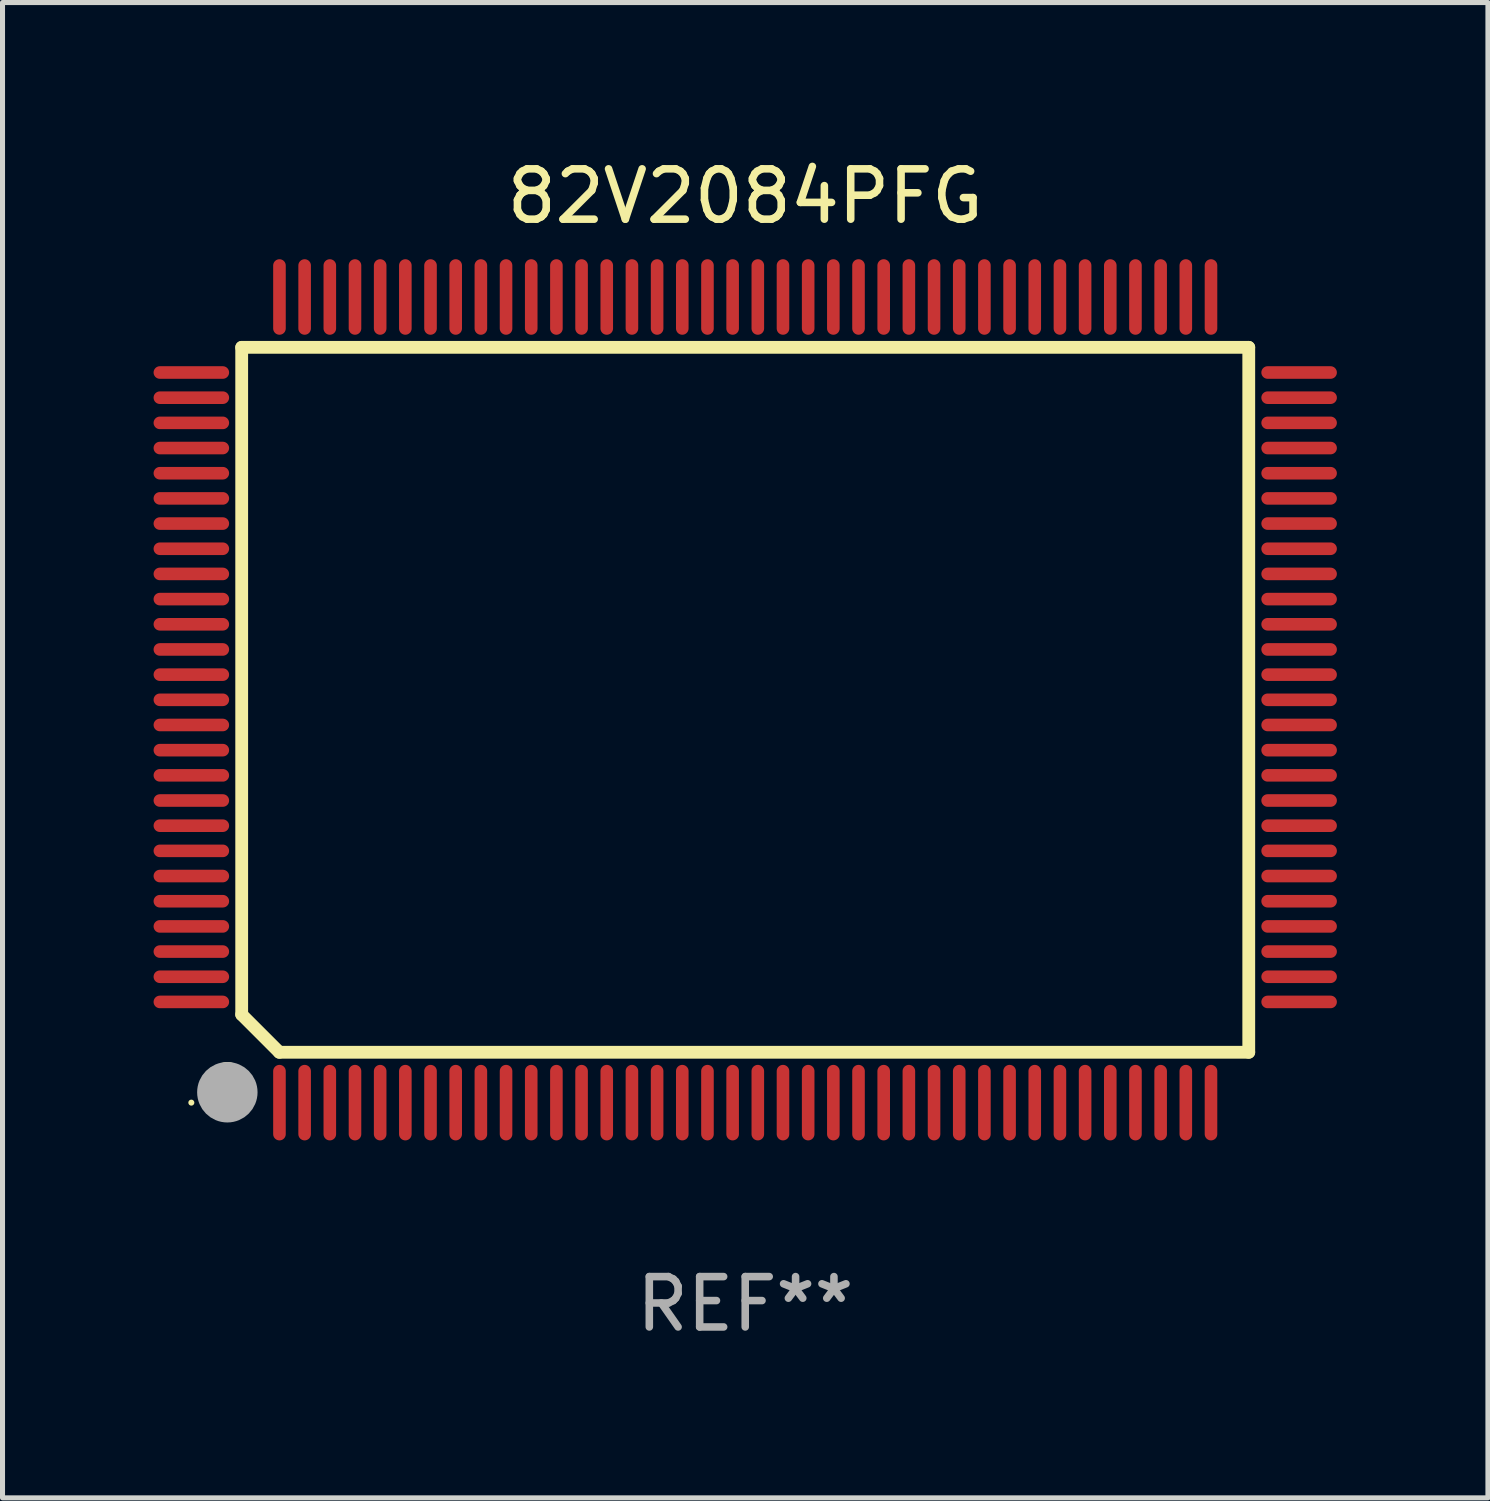
<source format=kicad_pcb>
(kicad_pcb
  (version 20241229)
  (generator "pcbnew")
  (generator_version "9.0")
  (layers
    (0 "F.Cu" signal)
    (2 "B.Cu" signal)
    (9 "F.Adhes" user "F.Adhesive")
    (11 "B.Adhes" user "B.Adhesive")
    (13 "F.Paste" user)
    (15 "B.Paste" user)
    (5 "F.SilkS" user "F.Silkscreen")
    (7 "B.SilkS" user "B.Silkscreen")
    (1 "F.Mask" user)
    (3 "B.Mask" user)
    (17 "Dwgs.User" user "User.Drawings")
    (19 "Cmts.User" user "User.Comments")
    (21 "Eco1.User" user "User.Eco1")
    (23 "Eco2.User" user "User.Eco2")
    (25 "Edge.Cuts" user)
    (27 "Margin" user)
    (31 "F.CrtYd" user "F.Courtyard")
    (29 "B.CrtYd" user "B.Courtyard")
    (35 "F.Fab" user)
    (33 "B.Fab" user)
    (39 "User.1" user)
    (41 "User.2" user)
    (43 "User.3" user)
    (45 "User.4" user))
  (footprint "82V2084PFG"
    (layer "F.Cu")
    (at 11.75 10.848)
    (property "Reference" "82V2084PFG" (at 0 -10 0) (layer "F.SilkS") (effects (font (size 1 1) (thickness 0.15))))
    (attr through_hole)
    (fp_line (start -10 -7) (end -10 6.25) (stroke (width 0.254) (type solid)) (layer "F.SilkS"))
    (fp_line (start -10 -7) (end 10 -7) (stroke (width 0.254) (type solid)) (layer "F.SilkS"))
    (fp_line (start -9.252 7) (end -10 6.252) (stroke (width 0.254) (type solid)) (layer "F.SilkS"))
    (fp_line (start 10 -7) (end 10 7) (stroke (width 0.254) (type solid)) (layer "F.SilkS"))
    (fp_line (start 10 7) (end -9.252 7) (stroke (width 0.254) (type solid)) (layer "F.SilkS"))
    (fp_arc (start -10.287021 7.493015) (mid -10.284481 7.493004) (end -10.281941 7.493015) (stroke (width 0.6) (type solid)) (layer "F.SilkS"))
    (fp_circle (center -11 8) (end -10.97 8) (stroke (width 0.06) (type solid)) (fill no) (layer "F.SilkS"))
    (fp_circle (center -10.285 7.794) (end -9.985 7.794) (stroke (width 0.6) (type solid)) (fill no) (layer "F.Fab"))
    (fp_text user "REF**" (at 0 12 0) (layer "F.Fab") (effects (font (size 1 1) (thickness 0.15))))
    (pad "1" smd oval (at -9.25 8) (size 0.25 1.5) (layers "F.Cu" "F.Mask" "F.Paste"))
    (pad "2" smd oval (at -8.75 8) (size 0.25 1.5) (layers "F.Cu" "F.Mask" "F.Paste"))
    (pad "3" smd oval (at -8.25 8) (size 0.25 1.5) (layers "F.Cu" "F.Mask" "F.Paste"))
    (pad "4" smd oval (at -7.75 8) (size 0.25 1.5) (layers "F.Cu" "F.Mask" "F.Paste"))
    (pad "5" smd oval (at -7.25 8) (size 0.25 1.5) (layers "F.Cu" "F.Mask" "F.Paste"))
    (pad "6" smd oval (at -6.75 8) (size 0.25 1.5) (layers "F.Cu" "F.Mask" "F.Paste"))
    (pad "7" smd oval (at -6.25 8) (size 0.25 1.5) (layers "F.Cu" "F.Mask" "F.Paste"))
    (pad "8" smd oval (at -5.75 8) (size 0.25 1.5) (layers "F.Cu" "F.Mask" "F.Paste"))
    (pad "9" smd oval (at -5.25 8) (size 0.25 1.5) (layers "F.Cu" "F.Mask" "F.Paste"))
    (pad "10" smd oval (at -4.75 8) (size 0.25 1.5) (layers "F.Cu" "F.Mask" "F.Paste"))
    (pad "11" smd oval (at -4.25 8) (size 0.25 1.5) (layers "F.Cu" "F.Mask" "F.Paste"))
    (pad "12" smd oval (at -3.75 8) (size 0.25 1.5) (layers "F.Cu" "F.Mask" "F.Paste"))
    (pad "13" smd oval (at -3.25 8) (size 0.25 1.5) (layers "F.Cu" "F.Mask" "F.Paste"))
    (pad "14" smd oval (at -2.75 8) (size 0.25 1.5) (layers "F.Cu" "F.Mask" "F.Paste"))
    (pad "15" smd oval (at -2.25 8) (size 0.25 1.5) (layers "F.Cu" "F.Mask" "F.Paste"))
    (pad "16" smd oval (at -1.75 8) (size 0.25 1.5) (layers "F.Cu" "F.Mask" "F.Paste"))
    (pad "17" smd oval (at -1.25 8) (size 0.25 1.5) (layers "F.Cu" "F.Mask" "F.Paste"))
    (pad "18" smd oval (at -0.75 8) (size 0.25 1.5) (layers "F.Cu" "F.Mask" "F.Paste"))
    (pad "19" smd oval (at -0.25 8) (size 0.25 1.5) (layers "F.Cu" "F.Mask" "F.Paste"))
    (pad "20" smd oval (at 0.25 8) (size 0.25 1.5) (layers "F.Cu" "F.Mask" "F.Paste"))
    (pad "21" smd oval (at 0.75 8) (size 0.25 1.5) (layers "F.Cu" "F.Mask" "F.Paste"))
    (pad "22" smd oval (at 1.25 8) (size 0.25 1.5) (layers "F.Cu" "F.Mask" "F.Paste"))
    (pad "23" smd oval (at 1.75 8) (size 0.25 1.5) (layers "F.Cu" "F.Mask" "F.Paste"))
    (pad "24" smd oval (at 2.25 8) (size 0.25 1.5) (layers "F.Cu" "F.Mask" "F.Paste"))
    (pad "25" smd oval (at 2.75 8) (size 0.25 1.5) (layers "F.Cu" "F.Mask" "F.Paste"))
    (pad "26" smd oval (at 3.25 8) (size 0.25 1.5) (layers "F.Cu" "F.Mask" "F.Paste"))
    (pad "27" smd oval (at 3.75 8) (size 0.25 1.5) (layers "F.Cu" "F.Mask" "F.Paste"))
    (pad "28" smd oval (at 4.25 8) (size 0.25 1.5) (layers "F.Cu" "F.Mask" "F.Paste"))
    (pad "29" smd oval (at 4.75 8) (size 0.25 1.5) (layers "F.Cu" "F.Mask" "F.Paste"))
    (pad "30" smd oval (at 5.25 8) (size 0.25 1.5) (layers "F.Cu" "F.Mask" "F.Paste"))
    (pad "31" smd oval (at 5.75 8) (size 0.25 1.5) (layers "F.Cu" "F.Mask" "F.Paste"))
    (pad "32" smd oval (at 6.25 8) (size 0.25 1.5) (layers "F.Cu" "F.Mask" "F.Paste"))
    (pad "33" smd oval (at 6.75 8 180) (size 0.25 1.5) (layers "F.Cu" "F.Mask" "F.Paste"))
    (pad "34" smd oval (at 7.25 8 180) (size 0.25 1.5) (layers "F.Cu" "F.Mask" "F.Paste"))
    (pad "35" smd oval (at 7.75 8 180) (size 0.25 1.5) (layers "F.Cu" "F.Mask" "F.Paste"))
    (pad "36" smd oval (at 8.25 8 180) (size 0.25 1.5) (layers "F.Cu" "F.Mask" "F.Paste"))
    (pad "37" smd oval (at 8.75 8 180) (size 0.25 1.5) (layers "F.Cu" "F.Mask" "F.Paste"))
    (pad "38" smd oval (at 9.25 8 180) (size 0.25 1.5) (layers "F.Cu" "F.Mask" "F.Paste"))
    (pad "39" smd oval (at 11 6 270) (size 0.25 1.5) (layers "F.Cu" "F.Mask" "F.Paste"))
    (pad "40" smd oval (at 11 5.5 270) (size 0.25 1.5) (layers "F.Cu" "F.Mask" "F.Paste"))
    (pad "41" smd oval (at 11 5 270) (size 0.25 1.5) (layers "F.Cu" "F.Mask" "F.Paste"))
    (pad "42" smd oval (at 11 4.5 270) (size 0.25 1.5) (layers "F.Cu" "F.Mask" "F.Paste"))
    (pad "43" smd oval (at 11 4 270) (size 0.25 1.5) (layers "F.Cu" "F.Mask" "F.Paste"))
    (pad "44" smd oval (at 11 3.5 270) (size 0.25 1.5) (layers "F.Cu" "F.Mask" "F.Paste"))
    (pad "45" smd oval (at 11 3 270) (size 0.25 1.5) (layers "F.Cu" "F.Mask" "F.Paste"))
    (pad "46" smd oval (at 11 2.5 270) (size 0.25 1.5) (layers "F.Cu" "F.Mask" "F.Paste"))
    (pad "47" smd oval (at 11 2 270) (size 0.25 1.5) (layers "F.Cu" "F.Mask" "F.Paste"))
    (pad "48" smd oval (at 11 1.5 270) (size 0.25 1.5) (layers "F.Cu" "F.Mask" "F.Paste"))
    (pad "49" smd oval (at 11 1 270) (size 0.25 1.5) (layers "F.Cu" "F.Mask" "F.Paste"))
    (pad "50" smd oval (at 11 0.5 270) (size 0.25 1.5) (layers "F.Cu" "F.Mask" "F.Paste"))
    (pad "51" smd oval (at 11 0 270) (size 0.25 1.5) (layers "F.Cu" "F.Mask" "F.Paste"))
    (pad "52" smd oval (at 11 -0.5 270) (size 0.25 1.5) (layers "F.Cu" "F.Mask" "F.Paste"))
    (pad "53" smd oval (at 11 -1 270) (size 0.25 1.5) (layers "F.Cu" "F.Mask" "F.Paste"))
    (pad "54" smd oval (at 11 -1.5 270) (size 0.25 1.5) (layers "F.Cu" "F.Mask" "F.Paste"))
    (pad "55" smd oval (at 11 -2 270) (size 0.25 1.5) (layers "F.Cu" "F.Mask" "F.Paste"))
    (pad "56" smd oval (at 11 -2.5 270) (size 0.25 1.5) (layers "F.Cu" "F.Mask" "F.Paste"))
    (pad "57" smd oval (at 11 -3 270) (size 0.25 1.5) (layers "F.Cu" "F.Mask" "F.Paste"))
    (pad "58" smd oval (at 11 -3.5 270) (size 0.25 1.5) (layers "F.Cu" "F.Mask" "F.Paste"))
    (pad "59" smd oval (at 11 -4 270) (size 0.25 1.5) (layers "F.Cu" "F.Mask" "F.Paste"))
    (pad "60" smd oval (at 11 -4.5 270) (size 0.25 1.5) (layers "F.Cu" "F.Mask" "F.Paste"))
    (pad "61" smd oval (at 11 -5 270) (size 0.25 1.5) (layers "F.Cu" "F.Mask" "F.Paste"))
    (pad "62" smd oval (at 11 -5.5 270) (size 0.25 1.5) (layers "F.Cu" "F.Mask" "F.Paste"))
    (pad "63" smd oval (at 11 -6 270) (size 0.25 1.5) (layers "F.Cu" "F.Mask" "F.Paste"))
    (pad "64" smd oval (at 11 -6.5 270) (size 0.25 1.5) (layers "F.Cu" "F.Mask" "F.Paste"))
    (pad "65" smd oval (at 9.25 -8 180) (size 0.25 1.5) (layers "F.Cu" "F.Mask" "F.Paste"))
    (pad "66" smd oval (at 8.75 -8 180) (size 0.25 1.5) (layers "F.Cu" "F.Mask" "F.Paste"))
    (pad "67" smd oval (at 8.25 -8 180) (size 0.25 1.5) (layers "F.Cu" "F.Mask" "F.Paste"))
    (pad "68" smd oval (at 7.75 -8 180) (size 0.25 1.5) (layers "F.Cu" "F.Mask" "F.Paste"))
    (pad "69" smd oval (at 7.25 -8 180) (size 0.25 1.5) (layers "F.Cu" "F.Mask" "F.Paste"))
    (pad "70" smd oval (at 6.75 -8 180) (size 0.25 1.5) (layers "F.Cu" "F.Mask" "F.Paste"))
    (pad "71" smd oval (at 6.25 -8 180) (size 0.25 1.5) (layers "F.Cu" "F.Mask" "F.Paste"))
    (pad "72" smd oval (at 5.75 -8 180) (size 0.25 1.5) (layers "F.Cu" "F.Mask" "F.Paste"))
    (pad "73" smd oval (at 5.25 -8 180) (size 0.25 1.5) (layers "F.Cu" "F.Mask" "F.Paste"))
    (pad "74" smd oval (at 4.75 -8 180) (size 0.25 1.5) (layers "F.Cu" "F.Mask" "F.Paste"))
    (pad "75" smd oval (at 4.25 -8 180) (size 0.25 1.5) (layers "F.Cu" "F.Mask" "F.Paste"))
    (pad "76" smd oval (at 3.75 -8 180) (size 0.25 1.5) (layers "F.Cu" "F.Mask" "F.Paste"))
    (pad "77" smd oval (at 3.25 -8 180) (size 0.25 1.5) (layers "F.Cu" "F.Mask" "F.Paste"))
    (pad "78" smd oval (at 2.75 -8 180) (size 0.25 1.5) (layers "F.Cu" "F.Mask" "F.Paste"))
    (pad "79" smd oval (at 2.25 -8 180) (size 0.25 1.5) (layers "F.Cu" "F.Mask" "F.Paste"))
    (pad "80" smd oval (at 1.75 -8 180) (size 0.25 1.5) (layers "F.Cu" "F.Mask" "F.Paste"))
    (pad "81" smd oval (at 1.25 -8 180) (size 0.25 1.5) (layers "F.Cu" "F.Mask" "F.Paste"))
    (pad "82" smd oval (at 0.75 -8 180) (size 0.25 1.5) (layers "F.Cu" "F.Mask" "F.Paste"))
    (pad "83" smd oval (at 0.25 -8 180) (size 0.25 1.5) (layers "F.Cu" "F.Mask" "F.Paste"))
    (pad "84" smd oval (at -0.25 -8 180) (size 0.25 1.5) (layers "F.Cu" "F.Mask" "F.Paste"))
    (pad "85" smd oval (at -0.75 -8 180) (size 0.25 1.5) (layers "F.Cu" "F.Mask" "F.Paste"))
    (pad "86" smd oval (at -1.25 -8 180) (size 0.25 1.5) (layers "F.Cu" "F.Mask" "F.Paste"))
    (pad "87" smd oval (at -1.75 -8 180) (size 0.25 1.5) (layers "F.Cu" "F.Mask" "F.Paste"))
    (pad "88" smd oval (at -2.25 -8 180) (size 0.25 1.5) (layers "F.Cu" "F.Mask" "F.Paste"))
    (pad "89" smd oval (at -2.75 -8 180) (size 0.25 1.5) (layers "F.Cu" "F.Mask" "F.Paste"))
    (pad "90" smd oval (at -3.25 -8 180) (size 0.25 1.5) (layers "F.Cu" "F.Mask" "F.Paste"))
    (pad "91" smd oval (at -3.75 -8 180) (size 0.25 1.5) (layers "F.Cu" "F.Mask" "F.Paste"))
    (pad "92" smd oval (at -4.25 -8 180) (size 0.25 1.5) (layers "F.Cu" "F.Mask" "F.Paste"))
    (pad "93" smd oval (at -4.75 -8 180) (size 0.25 1.5) (layers "F.Cu" "F.Mask" "F.Paste"))
    (pad "94" smd oval (at -5.25 -8 180) (size 0.25 1.5) (layers "F.Cu" "F.Mask" "F.Paste"))
    (pad "95" smd oval (at -5.75 -8 180) (size 0.25 1.5) (layers "F.Cu" "F.Mask" "F.Paste"))
    (pad "96" smd oval (at -6.25 -8 180) (size 0.25 1.5) (layers "F.Cu" "F.Mask" "F.Paste"))
    (pad "97" smd oval (at -6.75 -8 180) (size 0.25 1.5) (layers "F.Cu" "F.Mask" "F.Paste"))
    (pad "98" smd oval (at -7.25 -8 180) (size 0.25 1.5) (layers "F.Cu" "F.Mask" "F.Paste"))
    (pad "99" smd oval (at -7.75 -8 180) (size 0.25 1.5) (layers "F.Cu" "F.Mask" "F.Paste"))
    (pad "100" smd oval (at -8.25 -8 180) (size 0.25 1.5) (layers "F.Cu" "F.Mask" "F.Paste"))
    (pad "101" smd oval (at -8.75 -8 180) (size 0.25 1.5) (layers "F.Cu" "F.Mask" "F.Paste"))
    (pad "102" smd oval (at -9.25 -8) (size 0.25 1.5) (layers "F.Cu" "F.Mask" "F.Paste"))
    (pad "103" smd oval (at -11 -6.5 270) (size 0.25 1.5) (layers "F.Cu" "F.Mask" "F.Paste"))
    (pad "104" smd oval (at -11 -6 270) (size 0.25 1.5) (layers "F.Cu" "F.Mask" "F.Paste"))
    (pad "105" smd oval (at -11 -5.5 270) (size 0.25 1.5) (layers "F.Cu" "F.Mask" "F.Paste"))
    (pad "106" smd oval (at -11 -5 270) (size 0.25 1.5) (layers "F.Cu" "F.Mask" "F.Paste"))
    (pad "107" smd oval (at -11 -4.5 270) (size 0.25 1.5) (layers "F.Cu" "F.Mask" "F.Paste"))
    (pad "108" smd oval (at -11 -4 270) (size 0.25 1.5) (layers "F.Cu" "F.Mask" "F.Paste"))
    (pad "109" smd oval (at -11 -3.5 270) (size 0.25 1.5) (layers "F.Cu" "F.Mask" "F.Paste"))
    (pad "110" smd oval (at -11 -3 270) (size 0.25 1.5) (layers "F.Cu" "F.Mask" "F.Paste"))
    (pad "111" smd oval (at -11 -2.5 270) (size 0.25 1.5) (layers "F.Cu" "F.Mask" "F.Paste"))
    (pad "112" smd oval (at -11 -2 270) (size 0.25 1.5) (layers "F.Cu" "F.Mask" "F.Paste"))
    (pad "113" smd oval (at -11 -1.5 270) (size 0.25 1.5) (layers "F.Cu" "F.Mask" "F.Paste"))
    (pad "114" smd oval (at -11 -1 270) (size 0.25 1.5) (layers "F.Cu" "F.Mask" "F.Paste"))
    (pad "115" smd oval (at -11 -0.5 270) (size 0.25 1.5) (layers "F.Cu" "F.Mask" "F.Paste"))
    (pad "116" smd oval (at -11 0 270) (size 0.25 1.5) (layers "F.Cu" "F.Mask" "F.Paste"))
    (pad "117" smd oval (at -11 0.5 270) (size 0.25 1.5) (layers "F.Cu" "F.Mask" "F.Paste"))
    (pad "118" smd oval (at -11 1 270) (size 0.25 1.5) (layers "F.Cu" "F.Mask" "F.Paste"))
    (pad "119" smd oval (at -11 1.5 270) (size 0.25 1.5) (layers "F.Cu" "F.Mask" "F.Paste"))
    (pad "120" smd oval (at -11 2 270) (size 0.25 1.5) (layers "F.Cu" "F.Mask" "F.Paste"))
    (pad "121" smd oval (at -11 2.5 270) (size 0.25 1.5) (layers "F.Cu" "F.Mask" "F.Paste"))
    (pad "122" smd oval (at -11 3 270) (size 0.25 1.5) (layers "F.Cu" "F.Mask" "F.Paste"))
    (pad "123" smd oval (at -11 3.5 270) (size 0.25 1.5) (layers "F.Cu" "F.Mask" "F.Paste"))
    (pad "124" smd oval (at -11 4 270) (size 0.25 1.5) (layers "F.Cu" "F.Mask" "F.Paste"))
    (pad "125" smd oval (at -11 4.5 270) (size 0.25 1.5) (layers "F.Cu" "F.Mask" "F.Paste"))
    (pad "126" smd oval (at -11 5 270) (size 0.25 1.5) (layers "F.Cu" "F.Mask" "F.Paste"))
    (pad "127" smd oval (at -11 5.5 270) (size 0.25 1.5) (layers "F.Cu" "F.Mask" "F.Paste"))
    (pad "128" smd oval (at -11 6 270) (size 0.25 1.5) (layers "F.Cu" "F.Mask" "F.Paste")))
  (gr_rect
    (start -3 -3)
    (end 26.5 26.697)
    (stroke (width 0.1) (type default))
    (fill no)
    (layer "Edge.Cuts")))
</source>
